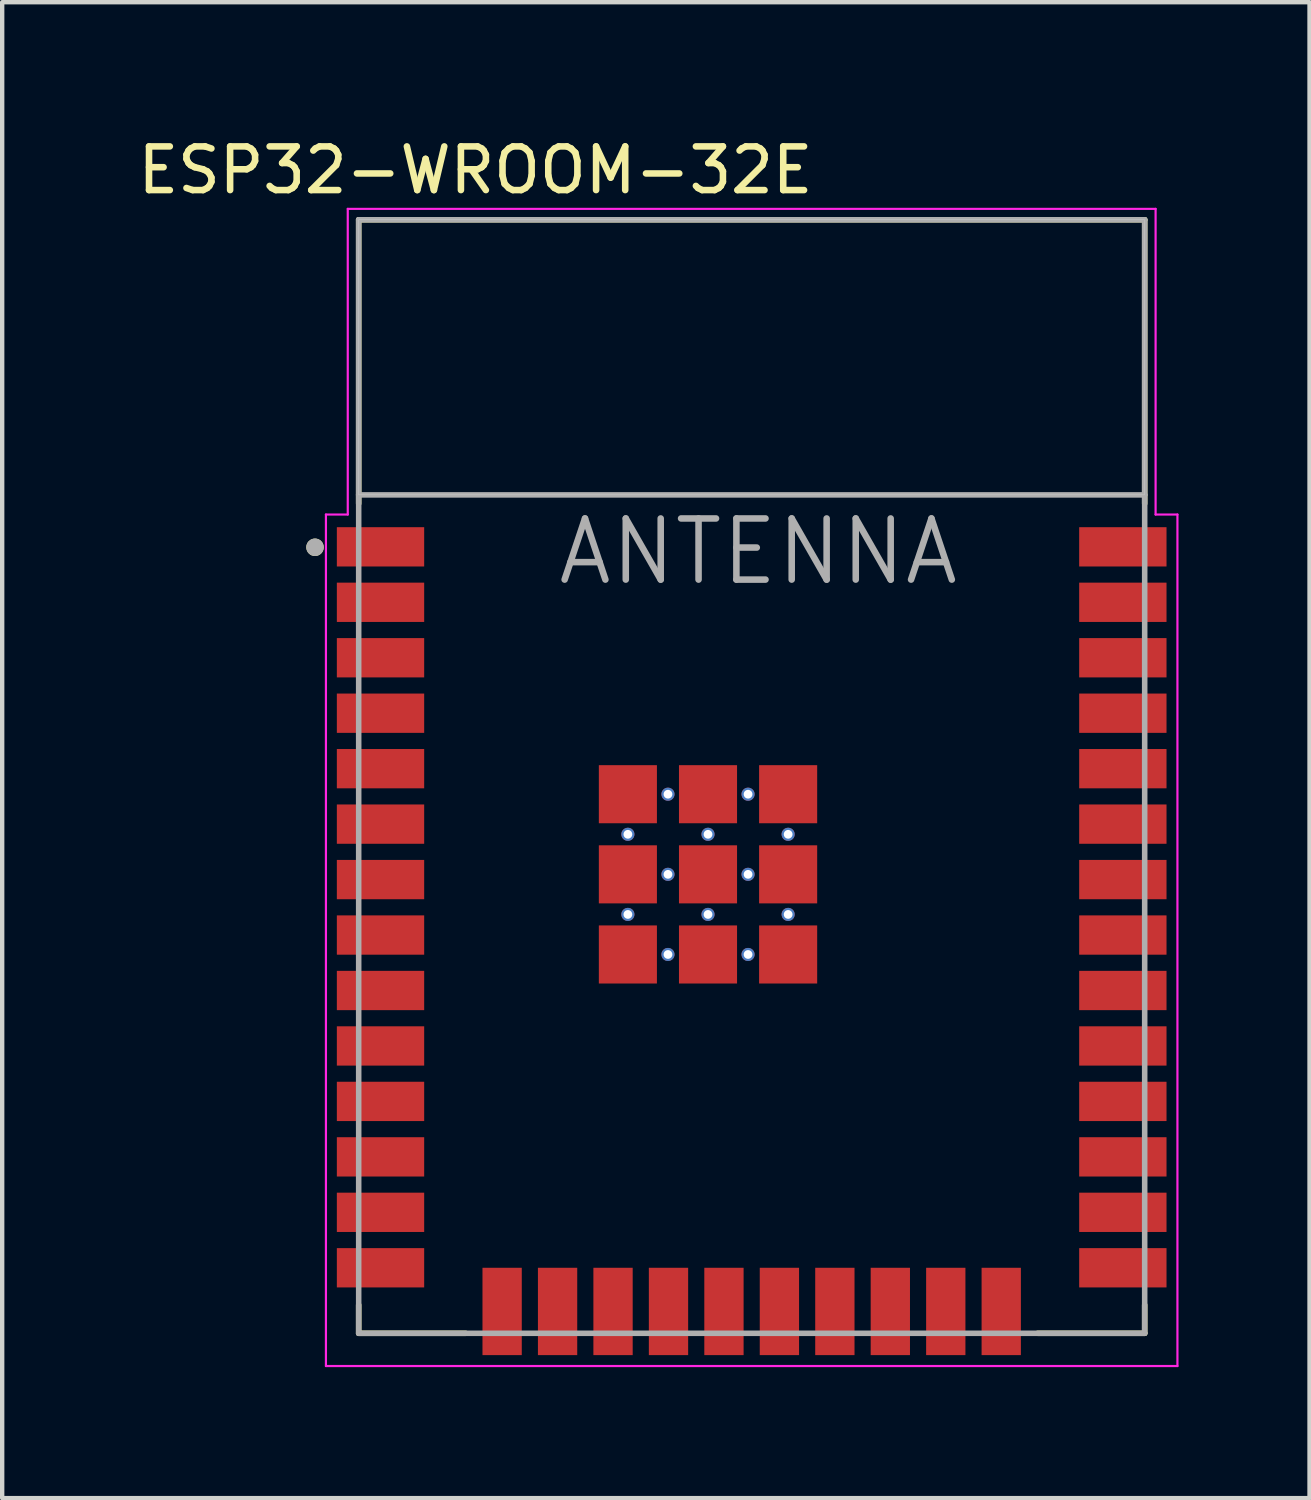
<source format=kicad_pcb>
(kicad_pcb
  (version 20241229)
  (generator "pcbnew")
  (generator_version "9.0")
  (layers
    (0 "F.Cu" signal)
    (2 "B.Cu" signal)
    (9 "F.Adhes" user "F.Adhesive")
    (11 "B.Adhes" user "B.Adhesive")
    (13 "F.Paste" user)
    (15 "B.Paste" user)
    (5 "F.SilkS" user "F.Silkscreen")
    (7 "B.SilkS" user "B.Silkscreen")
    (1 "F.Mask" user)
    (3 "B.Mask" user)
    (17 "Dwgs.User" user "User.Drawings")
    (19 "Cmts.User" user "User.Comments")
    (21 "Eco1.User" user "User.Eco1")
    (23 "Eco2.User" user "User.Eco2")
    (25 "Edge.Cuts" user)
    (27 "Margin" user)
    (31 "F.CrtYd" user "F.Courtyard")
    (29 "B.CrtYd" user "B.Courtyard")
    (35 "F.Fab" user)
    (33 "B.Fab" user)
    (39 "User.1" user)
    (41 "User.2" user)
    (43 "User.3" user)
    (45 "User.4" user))
  (footprint "ESP32-WROOM-32E"
    (layer "F.Cu")
    (at 14.164 14.733)
    (property "Reference" "ESP32-WROOM-32E" (at -6.325 -13.885 0) (layer "F.SilkS") (effects (font (size 1 1) (thickness 0.15))))
    (attr through_hole)
    (fp_line (start -9 -12.75) (end 9 -12.75) (stroke (width 0.127) (type solid)) (layer "F.SilkS"))
    (fp_line (start -9 -6.25) (end -9 -12.75) (stroke (width 0.127) (type solid)) (layer "F.SilkS"))
    (fp_line (start -9 12.1) (end -9 12.75) (stroke (width 0.127) (type solid)) (layer "F.SilkS"))
    (fp_line (start -9 12.75) (end -6.55 12.75) (stroke (width 0.127) (type solid)) (layer "F.SilkS"))
    (fp_line (start 6.55 12.75) (end 9 12.75) (stroke (width 0.127) (type solid)) (layer "F.SilkS"))
    (fp_line (start 9 -12.75) (end 9 -6.25) (stroke (width 0.127) (type solid)) (layer "F.SilkS"))
    (fp_line (start 9 12.75) (end 9 12.1) (stroke (width 0.127) (type solid)) (layer "F.SilkS"))
    (fp_circle (center -10 -5.25) (end -9.9 -5.25) (stroke (width 0.2) (type solid)) (fill no) (layer "F.SilkS"))
    (fp_poly (pts (xy -9 -12.75) (xy 9 -12.75) (xy 9 -6.45) (xy -9 -6.45)) (stroke (width 0.01) (type solid)) (fill no) (layer "Dwgs.User"))
    (fp_poly (pts (xy -9 -12.75) (xy 9 -12.75) (xy 9 -6.45) (xy -9 -6.45)) (stroke (width 0.01) (type solid)) (fill no) (layer "Dwgs.User"))
    (fp_line (start -9.75 -6) (end -9.25 -6) (stroke (width 0.05) (type solid)) (layer "F.CrtYd"))
    (fp_line (start -9.75 13.5) (end -9.75 -6) (stroke (width 0.05) (type solid)) (layer "F.CrtYd"))
    (fp_line (start -9.25 -13) (end 9.25 -13) (stroke (width 0.05) (type solid)) (layer "F.CrtYd"))
    (fp_line (start -9.25 -6) (end -9.25 -13) (stroke (width 0.05) (type solid)) (layer "F.CrtYd"))
    (fp_line (start 9.25 -13) (end 9.25 -6) (stroke (width 0.05) (type solid)) (layer "F.CrtYd"))
    (fp_line (start 9.25 -6) (end 9.75 -6) (stroke (width 0.05) (type solid)) (layer "F.CrtYd"))
    (fp_line (start 9.75 -6) (end 9.75 13.5) (stroke (width 0.05) (type solid)) (layer "F.CrtYd"))
    (fp_line (start 9.75 13.5) (end -9.75 13.5) (stroke (width 0.05) (type solid)) (layer "F.CrtYd"))
    (fp_line (start -9 -12.75) (end -9 -6.45) (stroke (width 0.127) (type solid)) (layer "F.Fab"))
    (fp_line (start -9 -12.75) (end 9 -12.75) (stroke (width 0.127) (type solid)) (layer "F.Fab"))
    (fp_line (start -9 -6.45) (end 9 -6.45) (stroke (width 0.127) (type solid)) (layer "F.Fab"))
    (fp_line (start -9 12.75) (end -9 -6.45) (stroke (width 0.127) (type solid)) (layer "F.Fab"))
    (fp_line (start 9 -12.75) (end 9 -6.45) (stroke (width 0.127) (type solid)) (layer "F.Fab"))
    (fp_line (start 9 -6.45) (end 9 12.75) (stroke (width 0.127) (type solid)) (layer "F.Fab"))
    (fp_line (start 9 12.75) (end -9 12.75) (stroke (width 0.127) (type solid)) (layer "F.Fab"))
    (fp_circle (center -10 -5.25) (end -9.9 -5.25) (stroke (width 0.2) (type solid)) (fill no) (layer "F.Fab"))
    (fp_text user "ANTENNA" (at 0.15 -5.15 0) (layer "F.Fab") (effects (font (size 1.4 1.4) (thickness 0.15))))
    (pad "1" smd rect (at -8.5 -5.26) (size 2 0.9) (layers "F.Cu" "F.Mask" "F.Paste"))
    (pad "2" smd rect (at -8.5 -3.99) (size 2 0.9) (layers "F.Cu" "F.Mask" "F.Paste"))
    (pad "3" smd rect (at -8.5 -2.72) (size 2 0.9) (layers "F.Cu" "F.Mask" "F.Paste"))
    (pad "4" smd rect (at -8.5 -1.45) (size 2 0.9) (layers "F.Cu" "F.Mask" "F.Paste"))
    (pad "5" smd rect (at -8.5 -0.18) (size 2 0.9) (layers "F.Cu" "F.Mask" "F.Paste"))
    (pad "6" smd rect (at -8.5 1.09) (size 2 0.9) (layers "F.Cu" "F.Mask" "F.Paste"))
    (pad "7" smd rect (at -8.5 2.36) (size 2 0.9) (layers "F.Cu" "F.Mask" "F.Paste"))
    (pad "8" smd rect (at -8.5 3.63) (size 2 0.9) (layers "F.Cu" "F.Mask" "F.Paste"))
    (pad "9" smd rect (at -8.5 4.9) (size 2 0.9) (layers "F.Cu" "F.Mask" "F.Paste"))
    (pad "10" smd rect (at -8.5 6.17) (size 2 0.9) (layers "F.Cu" "F.Mask" "F.Paste"))
    (pad "11" smd rect (at -8.5 7.44) (size 2 0.9) (layers "F.Cu" "F.Mask" "F.Paste"))
    (pad "12" smd rect (at -8.5 8.71) (size 2 0.9) (layers "F.Cu" "F.Mask" "F.Paste"))
    (pad "13" smd rect (at -8.5 9.98) (size 2 0.9) (layers "F.Cu" "F.Mask" "F.Paste"))
    (pad "14" smd rect (at -8.5 11.25) (size 2 0.9) (layers "F.Cu" "F.Mask" "F.Paste"))
    (pad "15" smd rect (at -5.715 12.25) (size 0.9 2) (layers "F.Cu" "F.Mask" "F.Paste"))
    (pad "16" smd rect (at -4.445 12.25) (size 0.9 2) (layers "F.Cu" "F.Mask" "F.Paste"))
    (pad "17" smd rect (at -3.175 12.25) (size 0.9 2) (layers "F.Cu" "F.Mask" "F.Paste"))
    (pad "18" smd rect (at -1.905 12.25) (size 0.9 2) (layers "F.Cu" "F.Mask" "F.Paste"))
    (pad "19" smd rect (at -0.635 12.25) (size 0.9 2) (layers "F.Cu" "F.Mask" "F.Paste"))
    (pad "20" smd rect (at 0.635 12.25) (size 0.9 2) (layers "F.Cu" "F.Mask" "F.Paste"))
    (pad "21" smd rect (at 1.905 12.25) (size 0.9 2) (layers "F.Cu" "F.Mask" "F.Paste"))
    (pad "22" smd rect (at 3.175 12.25) (size 0.9 2) (layers "F.Cu" "F.Mask" "F.Paste"))
    (pad "23" smd rect (at 4.445 12.25) (size 0.9 2) (layers "F.Cu" "F.Mask" "F.Paste"))
    (pad "24" smd rect (at 5.715 12.25) (size 0.9 2) (layers "F.Cu" "F.Mask" "F.Paste"))
    (pad "25" smd rect (at 8.5 11.25) (size 2 0.9) (layers "F.Cu" "F.Mask" "F.Paste"))
    (pad "26" smd rect (at 8.5 9.98) (size 2 0.9) (layers "F.Cu" "F.Mask" "F.Paste"))
    (pad "27" smd rect (at 8.5 8.71) (size 2 0.9) (layers "F.Cu" "F.Mask" "F.Paste"))
    (pad "28" smd rect (at 8.5 7.44) (size 2 0.9) (layers "F.Cu" "F.Mask" "F.Paste"))
    (pad "29" smd rect (at 8.5 6.17) (size 2 0.9) (layers "F.Cu" "F.Mask" "F.Paste"))
    (pad "30" smd rect (at 8.5 4.9) (size 2 0.9) (layers "F.Cu" "F.Mask" "F.Paste"))
    (pad "31" smd rect (at 8.5 3.63) (size 2 0.9) (layers "F.Cu" "F.Mask" "F.Paste"))
    (pad "32" smd rect (at 8.5 2.36) (size 2 0.9) (layers "F.Cu" "F.Mask" "F.Paste"))
    (pad "33" smd rect (at 8.5 1.09) (size 2 0.9) (layers "F.Cu" "F.Mask" "F.Paste"))
    (pad "34" smd rect (at 8.5 -0.18) (size 2 0.9) (layers "F.Cu" "F.Mask" "F.Paste"))
    (pad "35" smd rect (at 8.5 -1.45) (size 2 0.9) (layers "F.Cu" "F.Mask" "F.Paste"))
    (pad "36" smd rect (at 8.5 -2.72) (size 2 0.9) (layers "F.Cu" "F.Mask" "F.Paste"))
    (pad "37" smd rect (at 8.5 -3.99) (size 2 0.9) (layers "F.Cu" "F.Mask" "F.Paste"))
    (pad "38" smd rect (at 8.5 -5.26) (size 2 0.9) (layers "F.Cu" "F.Mask" "F.Paste"))
    (pad "39_1" smd rect (at -2.835 0.405) (size 1.33 1.33) (layers "F.Cu" "F.Mask" "F.Paste"))
    (pad "39_2" smd rect (at -1 0.405) (size 1.33 1.33) (layers "F.Cu" "F.Mask" "F.Paste"))
    (pad "39_3" smd rect (at 0.835 0.405) (size 1.33 1.33) (layers "F.Cu" "F.Mask" "F.Paste"))
    (pad "39_4" smd rect (at -2.835 2.24) (size 1.33 1.33) (layers "F.Cu" "F.Mask" "F.Paste"))
    (pad "39_5" smd rect (at -1 2.24) (size 1.33 1.33) (layers "F.Cu" "F.Mask" "F.Paste"))
    (pad "39_6" smd rect (at 0.835 2.24) (size 1.33 1.33) (layers "F.Cu" "F.Mask" "F.Paste"))
    (pad "39_7" smd rect (at -2.835 4.075) (size 1.33 1.33) (layers "F.Cu" "F.Mask" "F.Paste"))
    (pad "39_8" smd rect (at -1 4.075) (size 1.33 1.33) (layers "F.Cu" "F.Mask" "F.Paste"))
    (pad "39_9" smd rect (at 0.835 4.075) (size 1.33 1.33) (layers "F.Cu" "F.Mask" "F.Paste"))
    (pad "39_10" thru_hole circle (at -1.917 0.405) (size 0.3 0.3) (drill 0.2) (layers "*.Cu" "*.Mask"))
    (pad "39_11" thru_hole circle (at -0.083 0.405) (size 0.3 0.3) (drill 0.2) (layers "*.Cu" "*.Mask"))
    (pad "39_12" thru_hole circle (at -2.835 1.323) (size 0.3 0.3) (drill 0.2) (layers "*.Cu" "*.Mask"))
    (pad "39_13" thru_hole circle (at -1 1.323) (size 0.3 0.3) (drill 0.2) (layers "*.Cu" "*.Mask"))
    (pad "39_14" thru_hole circle (at 0.835 1.323) (size 0.3 0.3) (drill 0.2) (layers "*.Cu" "*.Mask"))
    (pad "39_15" thru_hole circle (at -1.917 2.24) (size 0.3 0.3) (drill 0.2) (layers "*.Cu" "*.Mask"))
    (pad "39_16" thru_hole circle (at -0.083 2.24) (size 0.3 0.3) (drill 0.2) (layers "*.Cu" "*.Mask"))
    (pad "39_17" thru_hole circle (at -2.835 3.158) (size 0.3 0.3) (drill 0.2) (layers "*.Cu" "*.Mask"))
    (pad "39_18" thru_hole circle (at -1 3.158) (size 0.3 0.3) (drill 0.2) (layers "*.Cu" "*.Mask"))
    (pad "39_19" thru_hole circle (at 0.835 3.158) (size 0.3 0.3) (drill 0.2) (layers "*.Cu" "*.Mask"))
    (pad "39_20" thru_hole circle (at -1.917 4.075) (size 0.3 0.3) (drill 0.2) (layers "*.Cu" "*.Mask"))
    (pad "39_21" thru_hole circle (at -0.083 4.075) (size 0.3 0.3) (drill 0.2) (layers "*.Cu" "*.Mask")))
  (gr_rect
    (start -3 -3)
    (end 26.939 31.258)
    (stroke (width 0.1) (type default))
    (fill no)
    (layer "Edge.Cuts")))
</source>
